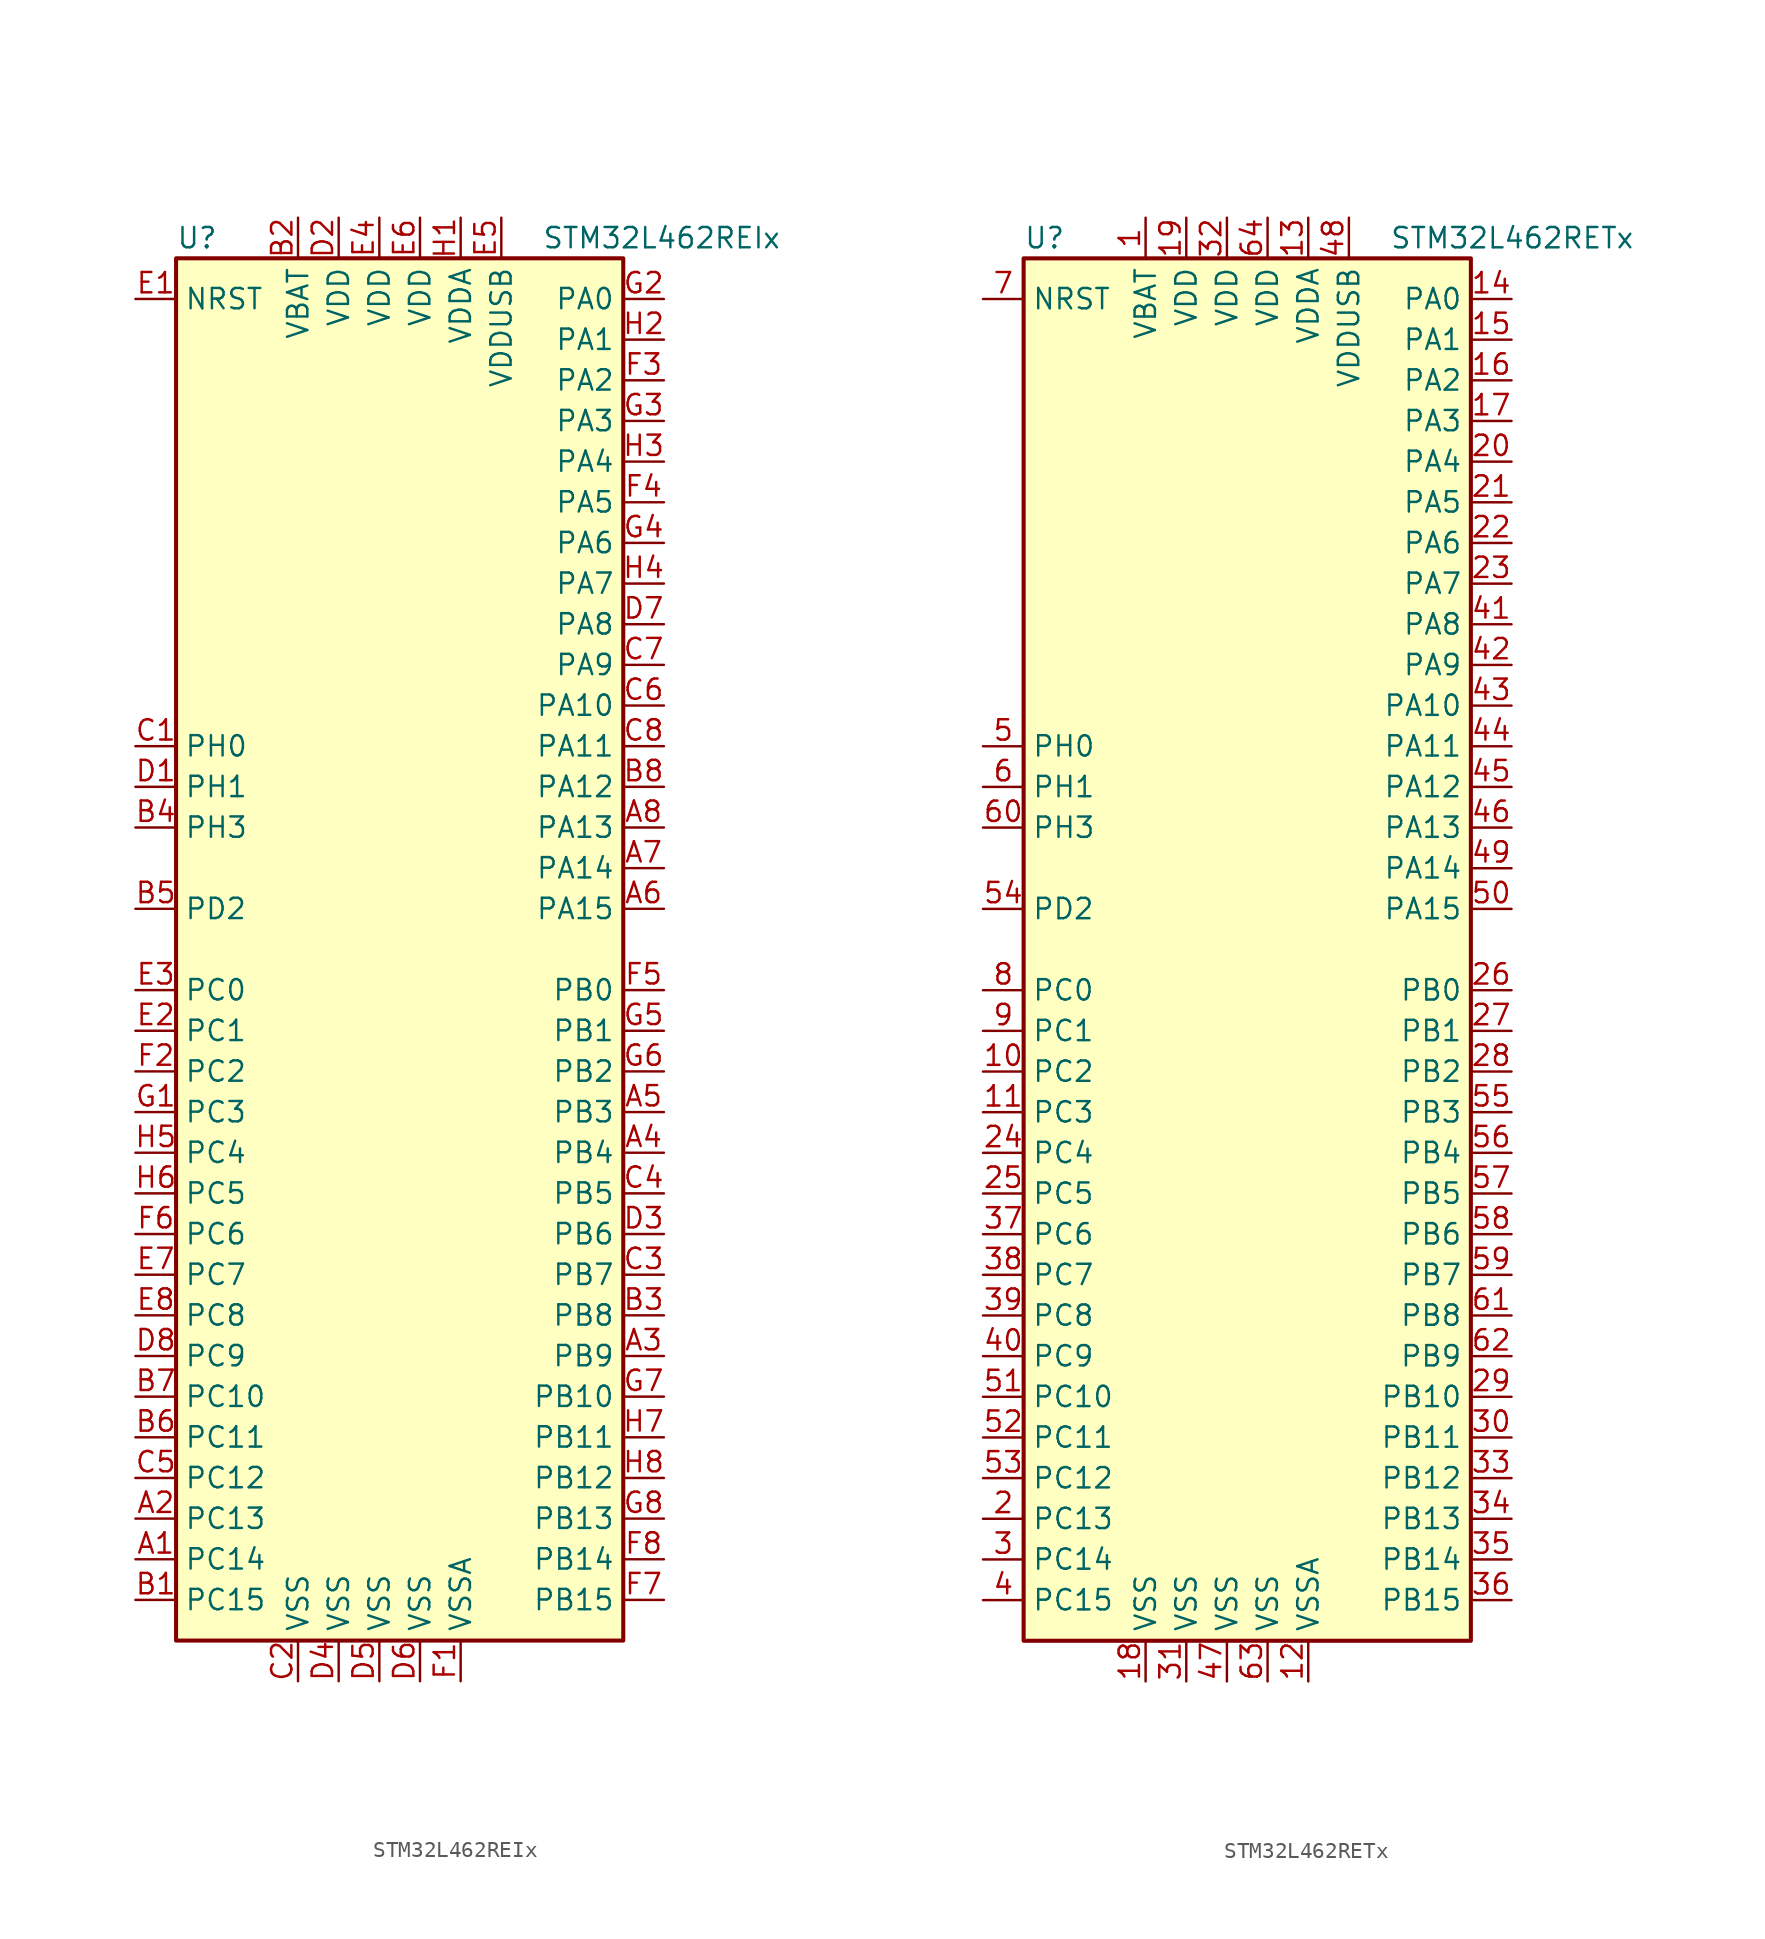
<source format=kicad_sym>
(kicad_symbol_lib
  (version 20201005)
  (generator kicad_symbol_editor)
  (symbol "STM32L462REIx"
    (property "Reference" "U"
      (at -15.24 44.45 0)
      (effects (font (size 1.27 1.27)) (justify left)))
    (property "Value" "STM32L462REIx"
      (at 7.62 44.45 0)
      (effects (font (size 1.27 1.27)) (justify left)))
    (symbol "STM32L462REIx_0_1"
      (rectangle (start -15.24 -43.18) (end 12.7 43.18) (stroke (width 0.254)) (fill (type background))))
    (symbol "STM32L462REIx_1_1"
      (pin input line (at -17.78 40.64 0) (length 2.54) (name "NRST" (effects (font (size 1.27 1.27)))) (number "E1" (effects (font (size 1.27 1.27)))))
      (pin bidirectional line (at 15.24 40.64 180) (length 2.54) (name "PA0" (effects (font (size 1.27 1.27)))) (number "G2" (effects (font (size 1.27 1.27)))))
      (pin bidirectional line (at 15.24 38.1 180) (length 2.54) (name "PA1" (effects (font (size 1.27 1.27)))) (number "H2" (effects (font (size 1.27 1.27)))))
      (pin bidirectional line (at 15.24 15.24 180) (length 2.54) (name "PA10" (effects (font (size 1.27 1.27)))) (number "C6" (effects (font (size 1.27 1.27)))))
      (pin bidirectional line (at 15.24 12.7 180) (length 2.54) (name "PA11" (effects (font (size 1.27 1.27)))) (number "C8" (effects (font (size 1.27 1.27)))))
      (pin bidirectional line (at 15.24 10.16 180) (length 2.54) (name "PA12" (effects (font (size 1.27 1.27)))) (number "B8" (effects (font (size 1.27 1.27)))))
      (pin bidirectional line (at 15.24 7.62 180) (length 2.54) (name "PA13" (effects (font (size 1.27 1.27)))) (number "A8" (effects (font (size 1.27 1.27)))))
      (pin bidirectional line (at 15.24 5.08 180) (length 2.54) (name "PA14" (effects (font (size 1.27 1.27)))) (number "A7" (effects (font (size 1.27 1.27)))))
      (pin bidirectional line (at 15.24 2.54 180) (length 2.54) (name "PA15" (effects (font (size 1.27 1.27)))) (number "A6" (effects (font (size 1.27 1.27)))))
      (pin bidirectional line (at 15.24 35.56 180) (length 2.54) (name "PA2" (effects (font (size 1.27 1.27)))) (number "F3" (effects (font (size 1.27 1.27)))))
      (pin bidirectional line (at 15.24 33.02 180) (length 2.54) (name "PA3" (effects (font (size 1.27 1.27)))) (number "G3" (effects (font (size 1.27 1.27)))))
      (pin bidirectional line (at 15.24 30.48 180) (length 2.54) (name "PA4" (effects (font (size 1.27 1.27)))) (number "H3" (effects (font (size 1.27 1.27)))))
      (pin bidirectional line (at 15.24 27.94 180) (length 2.54) (name "PA5" (effects (font (size 1.27 1.27)))) (number "F4" (effects (font (size 1.27 1.27)))))
      (pin bidirectional line (at 15.24 25.4 180) (length 2.54) (name "PA6" (effects (font (size 1.27 1.27)))) (number "G4" (effects (font (size 1.27 1.27)))))
      (pin bidirectional line (at 15.24 22.86 180) (length 2.54) (name "PA7" (effects (font (size 1.27 1.27)))) (number "H4" (effects (font (size 1.27 1.27)))))
      (pin bidirectional line (at 15.24 20.32 180) (length 2.54) (name "PA8" (effects (font (size 1.27 1.27)))) (number "D7" (effects (font (size 1.27 1.27)))))
      (pin bidirectional line (at 15.24 17.78 180) (length 2.54) (name "PA9" (effects (font (size 1.27 1.27)))) (number "C7" (effects (font (size 1.27 1.27)))))
      (pin bidirectional line (at 15.24 -2.54 180) (length 2.54) (name "PB0" (effects (font (size 1.27 1.27)))) (number "F5" (effects (font (size 1.27 1.27)))))
      (pin bidirectional line (at 15.24 -5.08 180) (length 2.54) (name "PB1" (effects (font (size 1.27 1.27)))) (number "G5" (effects (font (size 1.27 1.27)))))
      (pin bidirectional line (at 15.24 -27.94 180) (length 2.54) (name "PB10" (effects (font (size 1.27 1.27)))) (number "G7" (effects (font (size 1.27 1.27)))))
      (pin bidirectional line (at 15.24 -30.48 180) (length 2.54) (name "PB11" (effects (font (size 1.27 1.27)))) (number "H7" (effects (font (size 1.27 1.27)))))
      (pin bidirectional line (at 15.24 -33.02 180) (length 2.54) (name "PB12" (effects (font (size 1.27 1.27)))) (number "H8" (effects (font (size 1.27 1.27)))))
      (pin bidirectional line (at 15.24 -35.56 180) (length 2.54) (name "PB13" (effects (font (size 1.27 1.27)))) (number "G8" (effects (font (size 1.27 1.27)))))
      (pin bidirectional line (at 15.24 -38.1 180) (length 2.54) (name "PB14" (effects (font (size 1.27 1.27)))) (number "F8" (effects (font (size 1.27 1.27)))))
      (pin bidirectional line (at 15.24 -40.64 180) (length 2.54) (name "PB15" (effects (font (size 1.27 1.27)))) (number "F7" (effects (font (size 1.27 1.27)))))
      (pin bidirectional line (at 15.24 -7.62 180) (length 2.54) (name "PB2" (effects (font (size 1.27 1.27)))) (number "G6" (effects (font (size 1.27 1.27)))))
      (pin bidirectional line (at 15.24 -10.16 180) (length 2.54) (name "PB3" (effects (font (size 1.27 1.27)))) (number "A5" (effects (font (size 1.27 1.27)))))
      (pin bidirectional line (at 15.24 -12.7 180) (length 2.54) (name "PB4" (effects (font (size 1.27 1.27)))) (number "A4" (effects (font (size 1.27 1.27)))))
      (pin bidirectional line (at 15.24 -15.24 180) (length 2.54) (name "PB5" (effects (font (size 1.27 1.27)))) (number "C4" (effects (font (size 1.27 1.27)))))
      (pin bidirectional line (at 15.24 -17.78 180) (length 2.54) (name "PB6" (effects (font (size 1.27 1.27)))) (number "D3" (effects (font (size 1.27 1.27)))))
      (pin bidirectional line (at 15.24 -20.32 180) (length 2.54) (name "PB7" (effects (font (size 1.27 1.27)))) (number "C3" (effects (font (size 1.27 1.27)))))
      (pin bidirectional line (at 15.24 -22.86 180) (length 2.54) (name "PB8" (effects (font (size 1.27 1.27)))) (number "B3" (effects (font (size 1.27 1.27)))))
      (pin bidirectional line (at 15.24 -25.4 180) (length 2.54) (name "PB9" (effects (font (size 1.27 1.27)))) (number "A3" (effects (font (size 1.27 1.27)))))
      (pin bidirectional line (at -17.78 -2.54 0) (length 2.54) (name "PC0" (effects (font (size 1.27 1.27)))) (number "E3" (effects (font (size 1.27 1.27)))))
      (pin bidirectional line (at -17.78 -5.08 0) (length 2.54) (name "PC1" (effects (font (size 1.27 1.27)))) (number "E2" (effects (font (size 1.27 1.27)))))
      (pin bidirectional line (at -17.78 -27.94 0) (length 2.54) (name "PC10" (effects (font (size 1.27 1.27)))) (number "B7" (effects (font (size 1.27 1.27)))))
      (pin bidirectional line (at -17.78 -30.48 0) (length 2.54) (name "PC11" (effects (font (size 1.27 1.27)))) (number "B6" (effects (font (size 1.27 1.27)))))
      (pin bidirectional line (at -17.78 -33.02 0) (length 2.54) (name "PC12" (effects (font (size 1.27 1.27)))) (number "C5" (effects (font (size 1.27 1.27)))))
      (pin bidirectional line (at -17.78 -35.56 0) (length 2.54) (name "PC13" (effects (font (size 1.27 1.27)))) (number "A2" (effects (font (size 1.27 1.27)))))
      (pin bidirectional line (at -17.78 -38.1 0) (length 2.54) (name "PC14" (effects (font (size 1.27 1.27)))) (number "A1" (effects (font (size 1.27 1.27)))))
      (pin bidirectional line (at -17.78 -40.64 0) (length 2.54) (name "PC15" (effects (font (size 1.27 1.27)))) (number "B1" (effects (font (size 1.27 1.27)))))
      (pin bidirectional line (at -17.78 -7.62 0) (length 2.54) (name "PC2" (effects (font (size 1.27 1.27)))) (number "F2" (effects (font (size 1.27 1.27)))))
      (pin bidirectional line (at -17.78 -10.16 0) (length 2.54) (name "PC3" (effects (font (size 1.27 1.27)))) (number "G1" (effects (font (size 1.27 1.27)))))
      (pin bidirectional line (at -17.78 -12.7 0) (length 2.54) (name "PC4" (effects (font (size 1.27 1.27)))) (number "H5" (effects (font (size 1.27 1.27)))))
      (pin bidirectional line (at -17.78 -15.24 0) (length 2.54) (name "PC5" (effects (font (size 1.27 1.27)))) (number "H6" (effects (font (size 1.27 1.27)))))
      (pin bidirectional line (at -17.78 -17.78 0) (length 2.54) (name "PC6" (effects (font (size 1.27 1.27)))) (number "F6" (effects (font (size 1.27 1.27)))))
      (pin bidirectional line (at -17.78 -20.32 0) (length 2.54) (name "PC7" (effects (font (size 1.27 1.27)))) (number "E7" (effects (font (size 1.27 1.27)))))
      (pin bidirectional line (at -17.78 -22.86 0) (length 2.54) (name "PC8" (effects (font (size 1.27 1.27)))) (number "E8" (effects (font (size 1.27 1.27)))))
      (pin bidirectional line (at -17.78 -25.4 0) (length 2.54) (name "PC9" (effects (font (size 1.27 1.27)))) (number "D8" (effects (font (size 1.27 1.27)))))
      (pin bidirectional line (at -17.78 2.54 0) (length 2.54) (name "PD2" (effects (font (size 1.27 1.27)))) (number "B5" (effects (font (size 1.27 1.27)))))
      (pin input line (at -17.78 12.7 0) (length 2.54) (name "PH0" (effects (font (size 1.27 1.27)))) (number "C1" (effects (font (size 1.27 1.27)))))
      (pin input line (at -17.78 10.16 0) (length 2.54) (name "PH1" (effects (font (size 1.27 1.27)))) (number "D1" (effects (font (size 1.27 1.27)))))
      (pin bidirectional line (at -17.78 7.62 0) (length 2.54) (name "PH3" (effects (font (size 1.27 1.27)))) (number "B4" (effects (font (size 1.27 1.27)))))
      (pin power_in line (at -7.62 45.72 270) (length 2.54) (name "VBAT" (effects (font (size 1.27 1.27)))) (number "B2" (effects (font (size 1.27 1.27)))))
      (pin power_in line (at -5.08 45.72 270) (length 2.54) (name "VDD" (effects (font (size 1.27 1.27)))) (number "D2" (effects (font (size 1.27 1.27)))))
      (pin power_in line (at -2.54 45.72 270) (length 2.54) (name "VDD" (effects (font (size 1.27 1.27)))) (number "E4" (effects (font (size 1.27 1.27)))))
      (pin power_in line (at 0 45.72 270) (length 2.54) (name "VDD" (effects (font (size 1.27 1.27)))) (number "E6" (effects (font (size 1.27 1.27)))))
      (pin power_in line (at 2.54 45.72 270) (length 2.54) (name "VDDA" (effects (font (size 1.27 1.27)))) (number "H1" (effects (font (size 1.27 1.27)))))
      (pin power_in line (at 5.08 45.72 270) (length 2.54) (name "VDDUSB" (effects (font (size 1.27 1.27)))) (number "E5" (effects (font (size 1.27 1.27)))))
      (pin power_in line (at -7.62 -45.72 90) (length 2.54) (name "VSS" (effects (font (size 1.27 1.27)))) (number "C2" (effects (font (size 1.27 1.27)))))
      (pin power_in line (at -5.08 -45.72 90) (length 2.54) (name "VSS" (effects (font (size 1.27 1.27)))) (number "D4" (effects (font (size 1.27 1.27)))))
      (pin power_in line (at -2.54 -45.72 90) (length 2.54) (name "VSS" (effects (font (size 1.27 1.27)))) (number "D5" (effects (font (size 1.27 1.27)))))
      (pin power_in line (at 0 -45.72 90) (length 2.54) (name "VSS" (effects (font (size 1.27 1.27)))) (number "D6" (effects (font (size 1.27 1.27)))))
      (pin power_in line (at 2.54 -45.72 90) (length 2.54) (name "VSSA" (effects (font (size 1.27 1.27)))) (number "F1" (effects (font (size 1.27 1.27)))))))
  (symbol "STM32L462RETx"
    (property "Reference" "U"
      (at -15.24 44.45 0)
      (effects (font (size 1.27 1.27)) (justify left)))
    (property "Value" "STM32L462RETx"
      (at 7.62 44.45 0)
      (effects (font (size 1.27 1.27)) (justify left)))
    (symbol "STM32L462RETx_0_1"
      (rectangle (start -15.24 -43.18) (end 12.7 43.18) (stroke (width 0.254)) (fill (type background))))
    (symbol "STM32L462RETx_1_1"
      (pin input line (at -17.78 40.64 0) (length 2.54) (name "NRST" (effects (font (size 1.27 1.27)))) (number "7" (effects (font (size 1.27 1.27)))))
      (pin bidirectional line (at 15.24 40.64 180) (length 2.54) (name "PA0" (effects (font (size 1.27 1.27)))) (number "14" (effects (font (size 1.27 1.27)))))
      (pin bidirectional line (at 15.24 38.1 180) (length 2.54) (name "PA1" (effects (font (size 1.27 1.27)))) (number "15" (effects (font (size 1.27 1.27)))))
      (pin bidirectional line (at 15.24 15.24 180) (length 2.54) (name "PA10" (effects (font (size 1.27 1.27)))) (number "43" (effects (font (size 1.27 1.27)))))
      (pin bidirectional line (at 15.24 12.7 180) (length 2.54) (name "PA11" (effects (font (size 1.27 1.27)))) (number "44" (effects (font (size 1.27 1.27)))))
      (pin bidirectional line (at 15.24 10.16 180) (length 2.54) (name "PA12" (effects (font (size 1.27 1.27)))) (number "45" (effects (font (size 1.27 1.27)))))
      (pin bidirectional line (at 15.24 7.62 180) (length 2.54) (name "PA13" (effects (font (size 1.27 1.27)))) (number "46" (effects (font (size 1.27 1.27)))))
      (pin bidirectional line (at 15.24 5.08 180) (length 2.54) (name "PA14" (effects (font (size 1.27 1.27)))) (number "49" (effects (font (size 1.27 1.27)))))
      (pin bidirectional line (at 15.24 2.54 180) (length 2.54) (name "PA15" (effects (font (size 1.27 1.27)))) (number "50" (effects (font (size 1.27 1.27)))))
      (pin bidirectional line (at 15.24 35.56 180) (length 2.54) (name "PA2" (effects (font (size 1.27 1.27)))) (number "16" (effects (font (size 1.27 1.27)))))
      (pin bidirectional line (at 15.24 33.02 180) (length 2.54) (name "PA3" (effects (font (size 1.27 1.27)))) (number "17" (effects (font (size 1.27 1.27)))))
      (pin bidirectional line (at 15.24 30.48 180) (length 2.54) (name "PA4" (effects (font (size 1.27 1.27)))) (number "20" (effects (font (size 1.27 1.27)))))
      (pin bidirectional line (at 15.24 27.94 180) (length 2.54) (name "PA5" (effects (font (size 1.27 1.27)))) (number "21" (effects (font (size 1.27 1.27)))))
      (pin bidirectional line (at 15.24 25.4 180) (length 2.54) (name "PA6" (effects (font (size 1.27 1.27)))) (number "22" (effects (font (size 1.27 1.27)))))
      (pin bidirectional line (at 15.24 22.86 180) (length 2.54) (name "PA7" (effects (font (size 1.27 1.27)))) (number "23" (effects (font (size 1.27 1.27)))))
      (pin bidirectional line (at 15.24 20.32 180) (length 2.54) (name "PA8" (effects (font (size 1.27 1.27)))) (number "41" (effects (font (size 1.27 1.27)))))
      (pin bidirectional line (at 15.24 17.78 180) (length 2.54) (name "PA9" (effects (font (size 1.27 1.27)))) (number "42" (effects (font (size 1.27 1.27)))))
      (pin bidirectional line (at 15.24 -2.54 180) (length 2.54) (name "PB0" (effects (font (size 1.27 1.27)))) (number "26" (effects (font (size 1.27 1.27)))))
      (pin bidirectional line (at 15.24 -5.08 180) (length 2.54) (name "PB1" (effects (font (size 1.27 1.27)))) (number "27" (effects (font (size 1.27 1.27)))))
      (pin bidirectional line (at 15.24 -27.94 180) (length 2.54) (name "PB10" (effects (font (size 1.27 1.27)))) (number "29" (effects (font (size 1.27 1.27)))))
      (pin bidirectional line (at 15.24 -30.48 180) (length 2.54) (name "PB11" (effects (font (size 1.27 1.27)))) (number "30" (effects (font (size 1.27 1.27)))))
      (pin bidirectional line (at 15.24 -33.02 180) (length 2.54) (name "PB12" (effects (font (size 1.27 1.27)))) (number "33" (effects (font (size 1.27 1.27)))))
      (pin bidirectional line (at 15.24 -35.56 180) (length 2.54) (name "PB13" (effects (font (size 1.27 1.27)))) (number "34" (effects (font (size 1.27 1.27)))))
      (pin bidirectional line (at 15.24 -38.1 180) (length 2.54) (name "PB14" (effects (font (size 1.27 1.27)))) (number "35" (effects (font (size 1.27 1.27)))))
      (pin bidirectional line (at 15.24 -40.64 180) (length 2.54) (name "PB15" (effects (font (size 1.27 1.27)))) (number "36" (effects (font (size 1.27 1.27)))))
      (pin bidirectional line (at 15.24 -7.62 180) (length 2.54) (name "PB2" (effects (font (size 1.27 1.27)))) (number "28" (effects (font (size 1.27 1.27)))))
      (pin bidirectional line (at 15.24 -10.16 180) (length 2.54) (name "PB3" (effects (font (size 1.27 1.27)))) (number "55" (effects (font (size 1.27 1.27)))))
      (pin bidirectional line (at 15.24 -12.7 180) (length 2.54) (name "PB4" (effects (font (size 1.27 1.27)))) (number "56" (effects (font (size 1.27 1.27)))))
      (pin bidirectional line (at 15.24 -15.24 180) (length 2.54) (name "PB5" (effects (font (size 1.27 1.27)))) (number "57" (effects (font (size 1.27 1.27)))))
      (pin bidirectional line (at 15.24 -17.78 180) (length 2.54) (name "PB6" (effects (font (size 1.27 1.27)))) (number "58" (effects (font (size 1.27 1.27)))))
      (pin bidirectional line (at 15.24 -20.32 180) (length 2.54) (name "PB7" (effects (font (size 1.27 1.27)))) (number "59" (effects (font (size 1.27 1.27)))))
      (pin bidirectional line (at 15.24 -22.86 180) (length 2.54) (name "PB8" (effects (font (size 1.27 1.27)))) (number "61" (effects (font (size 1.27 1.27)))))
      (pin bidirectional line (at 15.24 -25.4 180) (length 2.54) (name "PB9" (effects (font (size 1.27 1.27)))) (number "62" (effects (font (size 1.27 1.27)))))
      (pin bidirectional line (at -17.78 -2.54 0) (length 2.54) (name "PC0" (effects (font (size 1.27 1.27)))) (number "8" (effects (font (size 1.27 1.27)))))
      (pin bidirectional line (at -17.78 -5.08 0) (length 2.54) (name "PC1" (effects (font (size 1.27 1.27)))) (number "9" (effects (font (size 1.27 1.27)))))
      (pin bidirectional line (at -17.78 -27.94 0) (length 2.54) (name "PC10" (effects (font (size 1.27 1.27)))) (number "51" (effects (font (size 1.27 1.27)))))
      (pin bidirectional line (at -17.78 -30.48 0) (length 2.54) (name "PC11" (effects (font (size 1.27 1.27)))) (number "52" (effects (font (size 1.27 1.27)))))
      (pin bidirectional line (at -17.78 -33.02 0) (length 2.54) (name "PC12" (effects (font (size 1.27 1.27)))) (number "53" (effects (font (size 1.27 1.27)))))
      (pin bidirectional line (at -17.78 -35.56 0) (length 2.54) (name "PC13" (effects (font (size 1.27 1.27)))) (number "2" (effects (font (size 1.27 1.27)))))
      (pin bidirectional line (at -17.78 -38.1 0) (length 2.54) (name "PC14" (effects (font (size 1.27 1.27)))) (number "3" (effects (font (size 1.27 1.27)))))
      (pin bidirectional line (at -17.78 -40.64 0) (length 2.54) (name "PC15" (effects (font (size 1.27 1.27)))) (number "4" (effects (font (size 1.27 1.27)))))
      (pin bidirectional line (at -17.78 -7.62 0) (length 2.54) (name "PC2" (effects (font (size 1.27 1.27)))) (number "10" (effects (font (size 1.27 1.27)))))
      (pin bidirectional line (at -17.78 -10.16 0) (length 2.54) (name "PC3" (effects (font (size 1.27 1.27)))) (number "11" (effects (font (size 1.27 1.27)))))
      (pin bidirectional line (at -17.78 -12.7 0) (length 2.54) (name "PC4" (effects (font (size 1.27 1.27)))) (number "24" (effects (font (size 1.27 1.27)))))
      (pin bidirectional line (at -17.78 -15.24 0) (length 2.54) (name "PC5" (effects (font (size 1.27 1.27)))) (number "25" (effects (font (size 1.27 1.27)))))
      (pin bidirectional line (at -17.78 -17.78 0) (length 2.54) (name "PC6" (effects (font (size 1.27 1.27)))) (number "37" (effects (font (size 1.27 1.27)))))
      (pin bidirectional line (at -17.78 -20.32 0) (length 2.54) (name "PC7" (effects (font (size 1.27 1.27)))) (number "38" (effects (font (size 1.27 1.27)))))
      (pin bidirectional line (at -17.78 -22.86 0) (length 2.54) (name "PC8" (effects (font (size 1.27 1.27)))) (number "39" (effects (font (size 1.27 1.27)))))
      (pin bidirectional line (at -17.78 -25.4 0) (length 2.54) (name "PC9" (effects (font (size 1.27 1.27)))) (number "40" (effects (font (size 1.27 1.27)))))
      (pin bidirectional line (at -17.78 2.54 0) (length 2.54) (name "PD2" (effects (font (size 1.27 1.27)))) (number "54" (effects (font (size 1.27 1.27)))))
      (pin input line (at -17.78 12.7 0) (length 2.54) (name "PH0" (effects (font (size 1.27 1.27)))) (number "5" (effects (font (size 1.27 1.27)))))
      (pin input line (at -17.78 10.16 0) (length 2.54) (name "PH1" (effects (font (size 1.27 1.27)))) (number "6" (effects (font (size 1.27 1.27)))))
      (pin bidirectional line (at -17.78 7.62 0) (length 2.54) (name "PH3" (effects (font (size 1.27 1.27)))) (number "60" (effects (font (size 1.27 1.27)))))
      (pin power_in line (at -7.62 45.72 270) (length 2.54) (name "VBAT" (effects (font (size 1.27 1.27)))) (number "1" (effects (font (size 1.27 1.27)))))
      (pin power_in line (at -5.08 45.72 270) (length 2.54) (name "VDD" (effects (font (size 1.27 1.27)))) (number "19" (effects (font (size 1.27 1.27)))))
      (pin power_in line (at -2.54 45.72 270) (length 2.54) (name "VDD" (effects (font (size 1.27 1.27)))) (number "32" (effects (font (size 1.27 1.27)))))
      (pin power_in line (at 0 45.72 270) (length 2.54) (name "VDD" (effects (font (size 1.27 1.27)))) (number "64" (effects (font (size 1.27 1.27)))))
      (pin power_in line (at 2.54 45.72 270) (length 2.54) (name "VDDA" (effects (font (size 1.27 1.27)))) (number "13" (effects (font (size 1.27 1.27)))))
      (pin power_in line (at 5.08 45.72 270) (length 2.54) (name "VDDUSB" (effects (font (size 1.27 1.27)))) (number "48" (effects (font (size 1.27 1.27)))))
      (pin power_in line (at -7.62 -45.72 90) (length 2.54) (name "VSS" (effects (font (size 1.27 1.27)))) (number "18" (effects (font (size 1.27 1.27)))))
      (pin power_in line (at -5.08 -45.72 90) (length 2.54) (name "VSS" (effects (font (size 1.27 1.27)))) (number "31" (effects (font (size 1.27 1.27)))))
      (pin power_in line (at -2.54 -45.72 90) (length 2.54) (name "VSS" (effects (font (size 1.27 1.27)))) (number "47" (effects (font (size 1.27 1.27)))))
      (pin power_in line (at 0 -45.72 90) (length 2.54) (name "VSS" (effects (font (size 1.27 1.27)))) (number "63" (effects (font (size 1.27 1.27)))))
      (pin power_in line (at 2.54 -45.72 90) (length 2.54) (name "VSSA" (effects (font (size 1.27 1.27)))) (number "12" (effects (font (size 1.27 1.27))))))))
</source>
